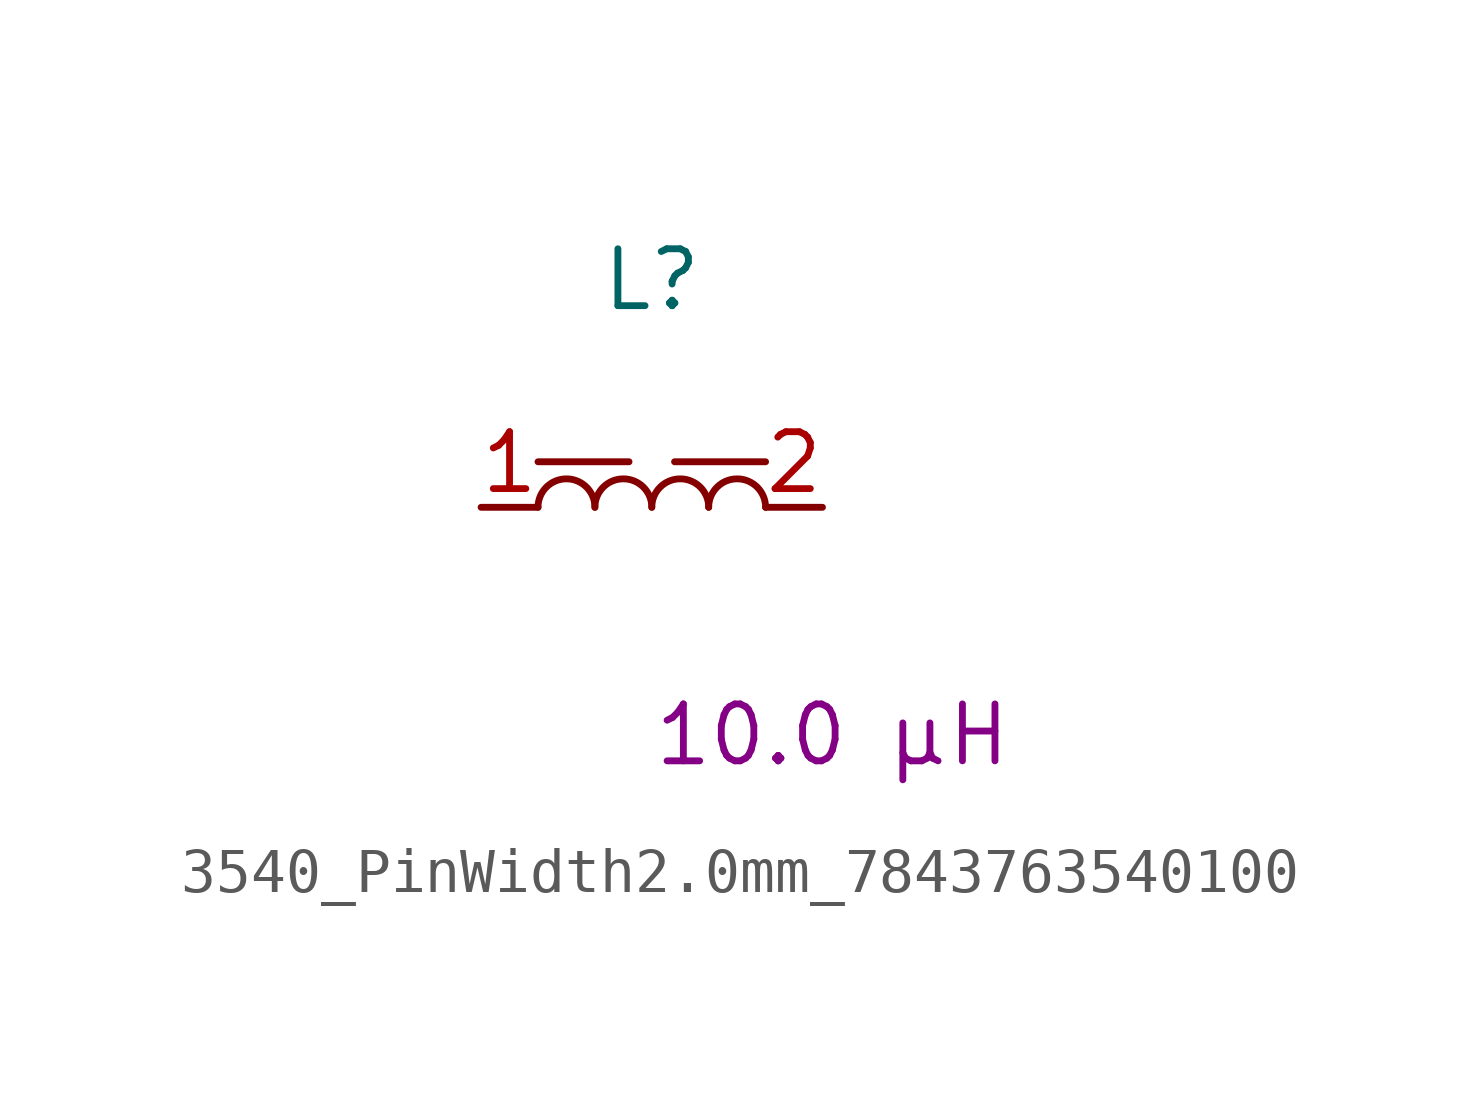
<source format=kicad_sym>
(kicad_symbol_lib
  (version 20220914)
  (generator kicad_symbol_editor)
  (symbol "3540_PinWidth2.0mm_7843763540100"
    (pin_names hide)
    (property "Reference" "L"
      (at 0 5.08 0)
      (effects (font (size 1.27 1.27))))
    (property "Critical Parameter" "10.0 µH"
      (at 0 -5.08 0)
      (effects (font (size 1.27 1.27)) (justify left)))
    (symbol "3540_PinWidth2.0mm_7843763540100_0_1"
      (arc (start -1.27 0) (mid -1.905 0.6323) (end -2.54 0) (stroke (width 0) (type default)) (fill (type none)))
      (arc (start 0 0) (mid -0.635 0.6323) (end -1.27 0) (stroke (width 0) (type default)) (fill (type none)))
      (polyline (pts (xy -2.54 1.016) (xy -0.508 1.016)) (stroke (width 0) (type default)) (fill (type none)))
      (arc (start 1.27 0) (mid 0.635 0.6323) (end 0 0) (stroke (width 0) (type default)) (fill (type none)))
      (arc (start 2.54 0) (mid 1.905 0.6323) (end 1.27 0) (stroke (width 0) (type default)) (fill (type none))))
    (symbol "3540_PinWidth2.0mm_7843763540100_1_1"
      (polyline (pts (xy 2.54 1.016) (xy 0.508 1.016)) (stroke (width 0) (type default)) (fill (type none)))
      (pin passive line (at -3.81 0 0) (length 1.27) (name "1" (effects (font (size 1.27 1.27)))) (number "1" (effects (font (size 1.27 1.27)))))
      (pin passive line (at 3.81 0 180) (length 1.27) (name "2" (effects (font (size 1.27 1.27)))) (number "2" (effects (font (size 1.27 1.27))))))))
</source>
